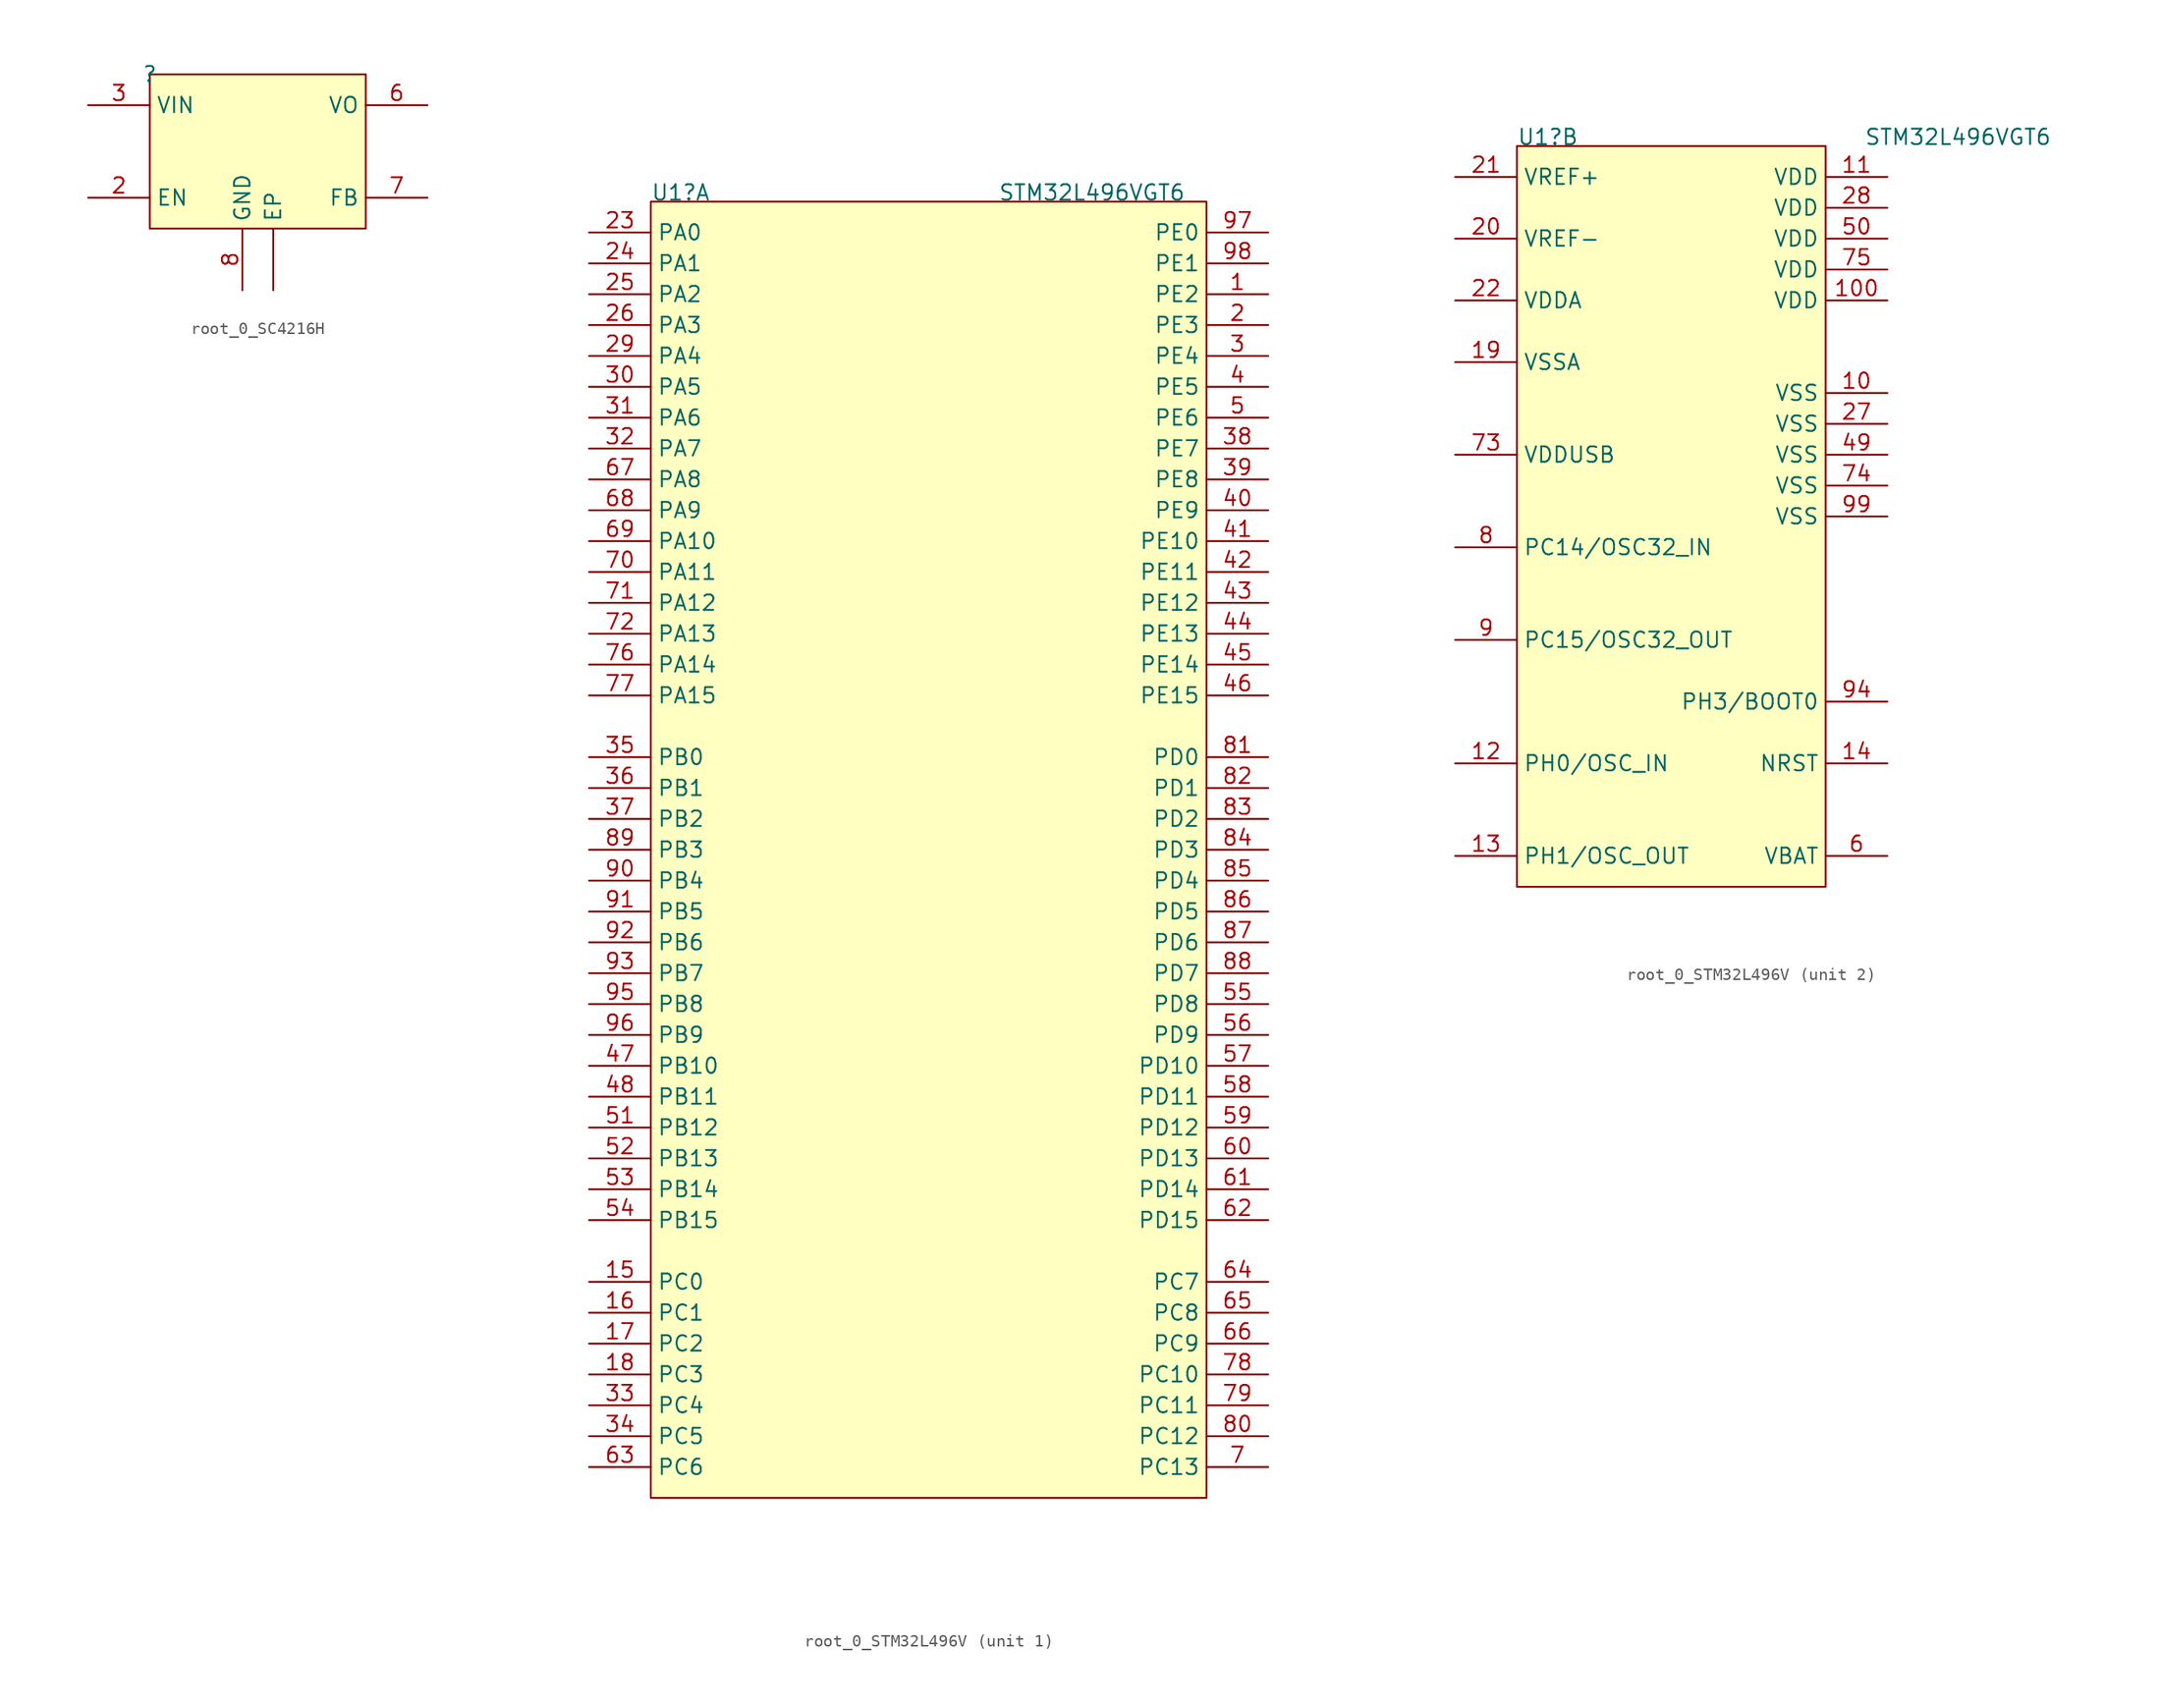
<source format=kicad_sym>
(kicad_symbol_lib
  (version 20220914)
  (generator kicad_symbol_editor)
  (symbol "root_0_SC4216H"
    (property "Reference" ""
      (at 0 0 0)
      (effects (font (size 1.27 1.27))))
    (property "Value" ""
      (at 0 0 0)
      (effects (font (size 1.27 1.27))))
    (symbol "root_0_SC4216H_1_0"
      (rectangle (start 17.78 0) (end 0 -12.7) (stroke (width 0) (type solid)) (fill (type background)))
      (pin passive line (at -5.08 -10.16 0) (length 5.08) (name "EN" (effects (font (size 1.27 1.27)))) (number "2" (effects (font (size 1.27 1.27)))))
      (pin power_in line (at -5.08 -2.54 0) (length 5.08) (name "VIN" (effects (font (size 1.27 1.27)))) (number "3" (effects (font (size 1.27 1.27)))))
      (pin power_in line (at 22.86 -2.54 180) (length 5.08) (name "VO" (effects (font (size 1.27 1.27)))) (number "6" (effects (font (size 1.27 1.27)))))
      (pin passive line (at 22.86 -10.16 180) (length 5.08) (name "FB" (effects (font (size 1.27 1.27)))) (number "7" (effects (font (size 1.27 1.27)))))
      (pin power_in line (at 7.62 -17.78 90) (length 5.08) (name "GND" (effects (font (size 1.27 1.27)))) (number "8" (effects (font (size 1.27 1.27)))))
      (pin power_in line (at 10.16 -17.78 90) (length 5.08) (name "EP" (effects (font (size 1.27 1.27)))) (number "9" (effects (font (size 0 0)))))))
  (symbol "root_0_STM32L496V"
    (property "Reference" "U1"
      (at 0 0 0)
      (effects (font (size 1.27 1.27)) (justify left bottom)))
    (property "Value" "STM32L496VGT6"
      (at 28.575 0 0)
      (effects (font (size 1.27 1.27)) (justify left bottom)))
    (symbol "root_0_STM32L496V_1_0"
      (rectangle (start 45.72 0) (end 0 -106.68) (stroke (width 0) (type solid)) (fill (type background)))
      (pin passive line (at 50.8 -7.62 180) (length 5.08) (name "PE2" (effects (font (size 1.27 1.27)))) (number "1" (effects (font (size 1.27 1.27)))))
      (pin passive line (at -5.08 -88.9 0) (length 5.08) (name "PC0" (effects (font (size 1.27 1.27)))) (number "15" (effects (font (size 1.27 1.27)))))
      (pin passive line (at -5.08 -91.44 0) (length 5.08) (name "PC1" (effects (font (size 1.27 1.27)))) (number "16" (effects (font (size 1.27 1.27)))))
      (pin passive line (at -5.08 -93.98 0) (length 5.08) (name "PC2" (effects (font (size 1.27 1.27)))) (number "17" (effects (font (size 1.27 1.27)))))
      (pin passive line (at -5.08 -96.52 0) (length 5.08) (name "PC3" (effects (font (size 1.27 1.27)))) (number "18" (effects (font (size 1.27 1.27)))))
      (pin passive line (at 50.8 -10.16 180) (length 5.08) (name "PE3" (effects (font (size 1.27 1.27)))) (number "2" (effects (font (size 1.27 1.27)))))
      (pin passive line (at -5.08 -2.54 0) (length 5.08) (name "PA0" (effects (font (size 1.27 1.27)))) (number "23" (effects (font (size 1.27 1.27)))))
      (pin passive line (at -5.08 -5.08 0) (length 5.08) (name "PA1" (effects (font (size 1.27 1.27)))) (number "24" (effects (font (size 1.27 1.27)))))
      (pin passive line (at -5.08 -7.62 0) (length 5.08) (name "PA2" (effects (font (size 1.27 1.27)))) (number "25" (effects (font (size 1.27 1.27)))))
      (pin passive line (at -5.08 -10.16 0) (length 5.08) (name "PA3" (effects (font (size 1.27 1.27)))) (number "26" (effects (font (size 1.27 1.27)))))
      (pin passive line (at -5.08 -12.7 0) (length 5.08) (name "PA4" (effects (font (size 1.27 1.27)))) (number "29" (effects (font (size 1.27 1.27)))))
      (pin passive line (at 50.8 -12.7 180) (length 5.08) (name "PE4" (effects (font (size 1.27 1.27)))) (number "3" (effects (font (size 1.27 1.27)))))
      (pin passive line (at -5.08 -15.24 0) (length 5.08) (name "PA5" (effects (font (size 1.27 1.27)))) (number "30" (effects (font (size 1.27 1.27)))))
      (pin passive line (at -5.08 -17.78 0) (length 5.08) (name "PA6" (effects (font (size 1.27 1.27)))) (number "31" (effects (font (size 1.27 1.27)))))
      (pin passive line (at -5.08 -20.32 0) (length 5.08) (name "PA7" (effects (font (size 1.27 1.27)))) (number "32" (effects (font (size 1.27 1.27)))))
      (pin passive line (at -5.08 -99.06 0) (length 5.08) (name "PC4" (effects (font (size 1.27 1.27)))) (number "33" (effects (font (size 1.27 1.27)))))
      (pin passive line (at -5.08 -101.6 0) (length 5.08) (name "PC5" (effects (font (size 1.27 1.27)))) (number "34" (effects (font (size 1.27 1.27)))))
      (pin passive line (at -5.08 -45.72 0) (length 5.08) (name "PB0" (effects (font (size 1.27 1.27)))) (number "35" (effects (font (size 1.27 1.27)))))
      (pin passive line (at -5.08 -48.26 0) (length 5.08) (name "PB1" (effects (font (size 1.27 1.27)))) (number "36" (effects (font (size 1.27 1.27)))))
      (pin passive line (at -5.08 -50.8 0) (length 5.08) (name "PB2" (effects (font (size 1.27 1.27)))) (number "37" (effects (font (size 1.27 1.27)))))
      (pin passive line (at 50.8 -20.32 180) (length 5.08) (name "PE7" (effects (font (size 1.27 1.27)))) (number "38" (effects (font (size 1.27 1.27)))))
      (pin passive line (at 50.8 -22.86 180) (length 5.08) (name "PE8" (effects (font (size 1.27 1.27)))) (number "39" (effects (font (size 1.27 1.27)))))
      (pin passive line (at 50.8 -15.24 180) (length 5.08) (name "PE5" (effects (font (size 1.27 1.27)))) (number "4" (effects (font (size 1.27 1.27)))))
      (pin passive line (at 50.8 -25.4 180) (length 5.08) (name "PE9" (effects (font (size 1.27 1.27)))) (number "40" (effects (font (size 1.27 1.27)))))
      (pin passive line (at 50.8 -27.94 180) (length 5.08) (name "PE10" (effects (font (size 1.27 1.27)))) (number "41" (effects (font (size 1.27 1.27)))))
      (pin passive line (at 50.8 -30.48 180) (length 5.08) (name "PE11" (effects (font (size 1.27 1.27)))) (number "42" (effects (font (size 1.27 1.27)))))
      (pin passive line (at 50.8 -33.02 180) (length 5.08) (name "PE12" (effects (font (size 1.27 1.27)))) (number "43" (effects (font (size 1.27 1.27)))))
      (pin passive line (at 50.8 -35.56 180) (length 5.08) (name "PE13" (effects (font (size 1.27 1.27)))) (number "44" (effects (font (size 1.27 1.27)))))
      (pin passive line (at 50.8 -38.1 180) (length 5.08) (name "PE14" (effects (font (size 1.27 1.27)))) (number "45" (effects (font (size 1.27 1.27)))))
      (pin passive line (at 50.8 -40.64 180) (length 5.08) (name "PE15" (effects (font (size 1.27 1.27)))) (number "46" (effects (font (size 1.27 1.27)))))
      (pin passive line (at -5.08 -71.12 0) (length 5.08) (name "PB10" (effects (font (size 1.27 1.27)))) (number "47" (effects (font (size 1.27 1.27)))))
      (pin passive line (at -5.08 -73.66 0) (length 5.08) (name "PB11" (effects (font (size 1.27 1.27)))) (number "48" (effects (font (size 1.27 1.27)))))
      (pin passive line (at 50.8 -17.78 180) (length 5.08) (name "PE6" (effects (font (size 1.27 1.27)))) (number "5" (effects (font (size 1.27 1.27)))))
      (pin passive line (at -5.08 -76.2 0) (length 5.08) (name "PB12" (effects (font (size 1.27 1.27)))) (number "51" (effects (font (size 1.27 1.27)))))
      (pin passive line (at -5.08 -78.74 0) (length 5.08) (name "PB13" (effects (font (size 1.27 1.27)))) (number "52" (effects (font (size 1.27 1.27)))))
      (pin passive line (at -5.08 -81.28 0) (length 5.08) (name "PB14" (effects (font (size 1.27 1.27)))) (number "53" (effects (font (size 1.27 1.27)))))
      (pin passive line (at -5.08 -83.82 0) (length 5.08) (name "PB15" (effects (font (size 1.27 1.27)))) (number "54" (effects (font (size 1.27 1.27)))))
      (pin passive line (at 50.8 -66.04 180) (length 5.08) (name "PD8" (effects (font (size 1.27 1.27)))) (number "55" (effects (font (size 1.27 1.27)))))
      (pin passive line (at 50.8 -68.58 180) (length 5.08) (name "PD9" (effects (font (size 1.27 1.27)))) (number "56" (effects (font (size 1.27 1.27)))))
      (pin passive line (at 50.8 -71.12 180) (length 5.08) (name "PD10" (effects (font (size 1.27 1.27)))) (number "57" (effects (font (size 1.27 1.27)))))
      (pin passive line (at 50.8 -73.66 180) (length 5.08) (name "PD11" (effects (font (size 1.27 1.27)))) (number "58" (effects (font (size 1.27 1.27)))))
      (pin passive line (at 50.8 -76.2 180) (length 5.08) (name "PD12" (effects (font (size 1.27 1.27)))) (number "59" (effects (font (size 1.27 1.27)))))
      (pin passive line (at 50.8 -78.74 180) (length 5.08) (name "PD13" (effects (font (size 1.27 1.27)))) (number "60" (effects (font (size 1.27 1.27)))))
      (pin passive line (at 50.8 -81.28 180) (length 5.08) (name "PD14" (effects (font (size 1.27 1.27)))) (number "61" (effects (font (size 1.27 1.27)))))
      (pin passive line (at 50.8 -83.82 180) (length 5.08) (name "PD15" (effects (font (size 1.27 1.27)))) (number "62" (effects (font (size 1.27 1.27)))))
      (pin passive line (at -5.08 -104.14 0) (length 5.08) (name "PC6" (effects (font (size 1.27 1.27)))) (number "63" (effects (font (size 1.27 1.27)))))
      (pin passive line (at 50.8 -88.9 180) (length 5.08) (name "PC7" (effects (font (size 1.27 1.27)))) (number "64" (effects (font (size 1.27 1.27)))))
      (pin passive line (at 50.8 -91.44 180) (length 5.08) (name "PC8" (effects (font (size 1.27 1.27)))) (number "65" (effects (font (size 1.27 1.27)))))
      (pin passive line (at 50.8 -93.98 180) (length 5.08) (name "PC9" (effects (font (size 1.27 1.27)))) (number "66" (effects (font (size 1.27 1.27)))))
      (pin passive line (at -5.08 -22.86 0) (length 5.08) (name "PA8" (effects (font (size 1.27 1.27)))) (number "67" (effects (font (size 1.27 1.27)))))
      (pin passive line (at -5.08 -25.4 0) (length 5.08) (name "PA9" (effects (font (size 1.27 1.27)))) (number "68" (effects (font (size 1.27 1.27)))))
      (pin passive line (at -5.08 -27.94 0) (length 5.08) (name "PA10" (effects (font (size 1.27 1.27)))) (number "69" (effects (font (size 1.27 1.27)))))
      (pin passive line (at 50.8 -104.14 180) (length 5.08) (name "PC13" (effects (font (size 1.27 1.27)))) (number "7" (effects (font (size 1.27 1.27)))))
      (pin passive line (at -5.08 -30.48 0) (length 5.08) (name "PA11" (effects (font (size 1.27 1.27)))) (number "70" (effects (font (size 1.27 1.27)))))
      (pin passive line (at -5.08 -33.02 0) (length 5.08) (name "PA12" (effects (font (size 1.27 1.27)))) (number "71" (effects (font (size 1.27 1.27)))))
      (pin passive line (at -5.08 -35.56 0) (length 5.08) (name "PA13" (effects (font (size 1.27 1.27)))) (number "72" (effects (font (size 1.27 1.27)))))
      (pin passive line (at -5.08 -38.1 0) (length 5.08) (name "PA14" (effects (font (size 1.27 1.27)))) (number "76" (effects (font (size 1.27 1.27)))))
      (pin passive line (at -5.08 -40.64 0) (length 5.08) (name "PA15" (effects (font (size 1.27 1.27)))) (number "77" (effects (font (size 1.27 1.27)))))
      (pin passive line (at 50.8 -96.52 180) (length 5.08) (name "PC10" (effects (font (size 1.27 1.27)))) (number "78" (effects (font (size 1.27 1.27)))))
      (pin passive line (at 50.8 -99.06 180) (length 5.08) (name "PC11" (effects (font (size 1.27 1.27)))) (number "79" (effects (font (size 1.27 1.27)))))
      (pin passive line (at 50.8 -101.6 180) (length 5.08) (name "PC12" (effects (font (size 1.27 1.27)))) (number "80" (effects (font (size 1.27 1.27)))))
      (pin passive line (at 50.8 -45.72 180) (length 5.08) (name "PD0" (effects (font (size 1.27 1.27)))) (number "81" (effects (font (size 1.27 1.27)))))
      (pin passive line (at 50.8 -48.26 180) (length 5.08) (name "PD1" (effects (font (size 1.27 1.27)))) (number "82" (effects (font (size 1.27 1.27)))))
      (pin passive line (at 50.8 -50.8 180) (length 5.08) (name "PD2" (effects (font (size 1.27 1.27)))) (number "83" (effects (font (size 1.27 1.27)))))
      (pin passive line (at 50.8 -53.34 180) (length 5.08) (name "PD3" (effects (font (size 1.27 1.27)))) (number "84" (effects (font (size 1.27 1.27)))))
      (pin passive line (at 50.8 -55.88 180) (length 5.08) (name "PD4" (effects (font (size 1.27 1.27)))) (number "85" (effects (font (size 1.27 1.27)))))
      (pin passive line (at 50.8 -58.42 180) (length 5.08) (name "PD5" (effects (font (size 1.27 1.27)))) (number "86" (effects (font (size 1.27 1.27)))))
      (pin passive line (at 50.8 -60.96 180) (length 5.08) (name "PD6" (effects (font (size 1.27 1.27)))) (number "87" (effects (font (size 1.27 1.27)))))
      (pin passive line (at 50.8 -63.5 180) (length 5.08) (name "PD7" (effects (font (size 1.27 1.27)))) (number "88" (effects (font (size 1.27 1.27)))))
      (pin passive line (at -5.08 -53.34 0) (length 5.08) (name "PB3" (effects (font (size 1.27 1.27)))) (number "89" (effects (font (size 1.27 1.27)))))
      (pin passive line (at -5.08 -55.88 0) (length 5.08) (name "PB4" (effects (font (size 1.27 1.27)))) (number "90" (effects (font (size 1.27 1.27)))))
      (pin passive line (at -5.08 -58.42 0) (length 5.08) (name "PB5" (effects (font (size 1.27 1.27)))) (number "91" (effects (font (size 1.27 1.27)))))
      (pin passive line (at -5.08 -60.96 0) (length 5.08) (name "PB6" (effects (font (size 1.27 1.27)))) (number "92" (effects (font (size 1.27 1.27)))))
      (pin passive line (at -5.08 -63.5 0) (length 5.08) (name "PB7" (effects (font (size 1.27 1.27)))) (number "93" (effects (font (size 1.27 1.27)))))
      (pin passive line (at -5.08 -66.04 0) (length 5.08) (name "PB8" (effects (font (size 1.27 1.27)))) (number "95" (effects (font (size 1.27 1.27)))))
      (pin passive line (at -5.08 -68.58 0) (length 5.08) (name "PB9" (effects (font (size 1.27 1.27)))) (number "96" (effects (font (size 1.27 1.27)))))
      (pin passive line (at 50.8 -2.54 180) (length 5.08) (name "PE0" (effects (font (size 1.27 1.27)))) (number "97" (effects (font (size 1.27 1.27)))))
      (pin passive line (at 50.8 -5.08 180) (length 5.08) (name "PE1" (effects (font (size 1.27 1.27)))) (number "98" (effects (font (size 1.27 1.27))))))
    (symbol "root_0_STM32L496V_2_0"
      (rectangle (start 25.4 0) (end 0 -60.96) (stroke (width 0) (type solid)) (fill (type background)))
      (pin power_in line (at 30.48 -20.32 180) (length 5.08) (name "VSS" (effects (font (size 1.27 1.27)))) (number "10" (effects (font (size 1.27 1.27)))))
      (pin power_in line (at 30.48 -12.7 180) (length 5.08) (name "VDD" (effects (font (size 1.27 1.27)))) (number "100" (effects (font (size 1.27 1.27)))))
      (pin power_in line (at 30.48 -2.54 180) (length 5.08) (name "VDD" (effects (font (size 1.27 1.27)))) (number "11" (effects (font (size 1.27 1.27)))))
      (pin passive line (at -5.08 -50.8 0) (length 5.08) (name "PH0/OSC_IN" (effects (font (size 1.27 1.27)))) (number "12" (effects (font (size 1.27 1.27)))))
      (pin passive line (at -5.08 -58.42 0) (length 5.08) (name "PH1/OSC_OUT" (effects (font (size 1.27 1.27)))) (number "13" (effects (font (size 1.27 1.27)))))
      (pin passive line (at 30.48 -50.8 180) (length 5.08) (name "NRST" (effects (font (size 1.27 1.27)))) (number "14" (effects (font (size 1.27 1.27)))))
      (pin power_in line (at -5.08 -17.78 0) (length 5.08) (name "VSSA" (effects (font (size 1.27 1.27)))) (number "19" (effects (font (size 1.27 1.27)))))
      (pin power_in line (at -5.08 -7.62 0) (length 5.08) (name "VREF-" (effects (font (size 1.27 1.27)))) (number "20" (effects (font (size 1.27 1.27)))))
      (pin power_in line (at -5.08 -2.54 0) (length 5.08) (name "VREF+" (effects (font (size 1.27 1.27)))) (number "21" (effects (font (size 1.27 1.27)))))
      (pin power_in line (at -5.08 -12.7 0) (length 5.08) (name "VDDA" (effects (font (size 1.27 1.27)))) (number "22" (effects (font (size 1.27 1.27)))))
      (pin power_in line (at 30.48 -22.86 180) (length 5.08) (name "VSS" (effects (font (size 1.27 1.27)))) (number "27" (effects (font (size 1.27 1.27)))))
      (pin power_in line (at 30.48 -5.08 180) (length 5.08) (name "VDD" (effects (font (size 1.27 1.27)))) (number "28" (effects (font (size 1.27 1.27)))))
      (pin power_in line (at 30.48 -25.4 180) (length 5.08) (name "VSS" (effects (font (size 1.27 1.27)))) (number "49" (effects (font (size 1.27 1.27)))))
      (pin power_in line (at 30.48 -7.62 180) (length 5.08) (name "VDD" (effects (font (size 1.27 1.27)))) (number "50" (effects (font (size 1.27 1.27)))))
      (pin power_in line (at 30.48 -58.42 180) (length 5.08) (name "VBAT" (effects (font (size 1.27 1.27)))) (number "6" (effects (font (size 1.27 1.27)))))
      (pin power_in line (at -5.08 -25.4 0) (length 5.08) (name "VDDUSB" (effects (font (size 1.27 1.27)))) (number "73" (effects (font (size 1.27 1.27)))))
      (pin power_in line (at 30.48 -27.94 180) (length 5.08) (name "VSS" (effects (font (size 1.27 1.27)))) (number "74" (effects (font (size 1.27 1.27)))))
      (pin power_in line (at 30.48 -10.16 180) (length 5.08) (name "VDD" (effects (font (size 1.27 1.27)))) (number "75" (effects (font (size 1.27 1.27)))))
      (pin passive line (at -5.08 -33.02 0) (length 5.08) (name "PC14/OSC32_IN" (effects (font (size 1.27 1.27)))) (number "8" (effects (font (size 1.27 1.27)))))
      (pin passive line (at -5.08 -40.64 0) (length 5.08) (name "PC15/OSC32_OUT" (effects (font (size 1.27 1.27)))) (number "9" (effects (font (size 1.27 1.27)))))
      (pin passive line (at 30.48 -45.72 180) (length 5.08) (name "PH3/BOOT0" (effects (font (size 1.27 1.27)))) (number "94" (effects (font (size 1.27 1.27)))))
      (pin power_in line (at 30.48 -30.48 180) (length 5.08) (name "VSS" (effects (font (size 1.27 1.27)))) (number "99" (effects (font (size 1.27 1.27))))))))
</source>
